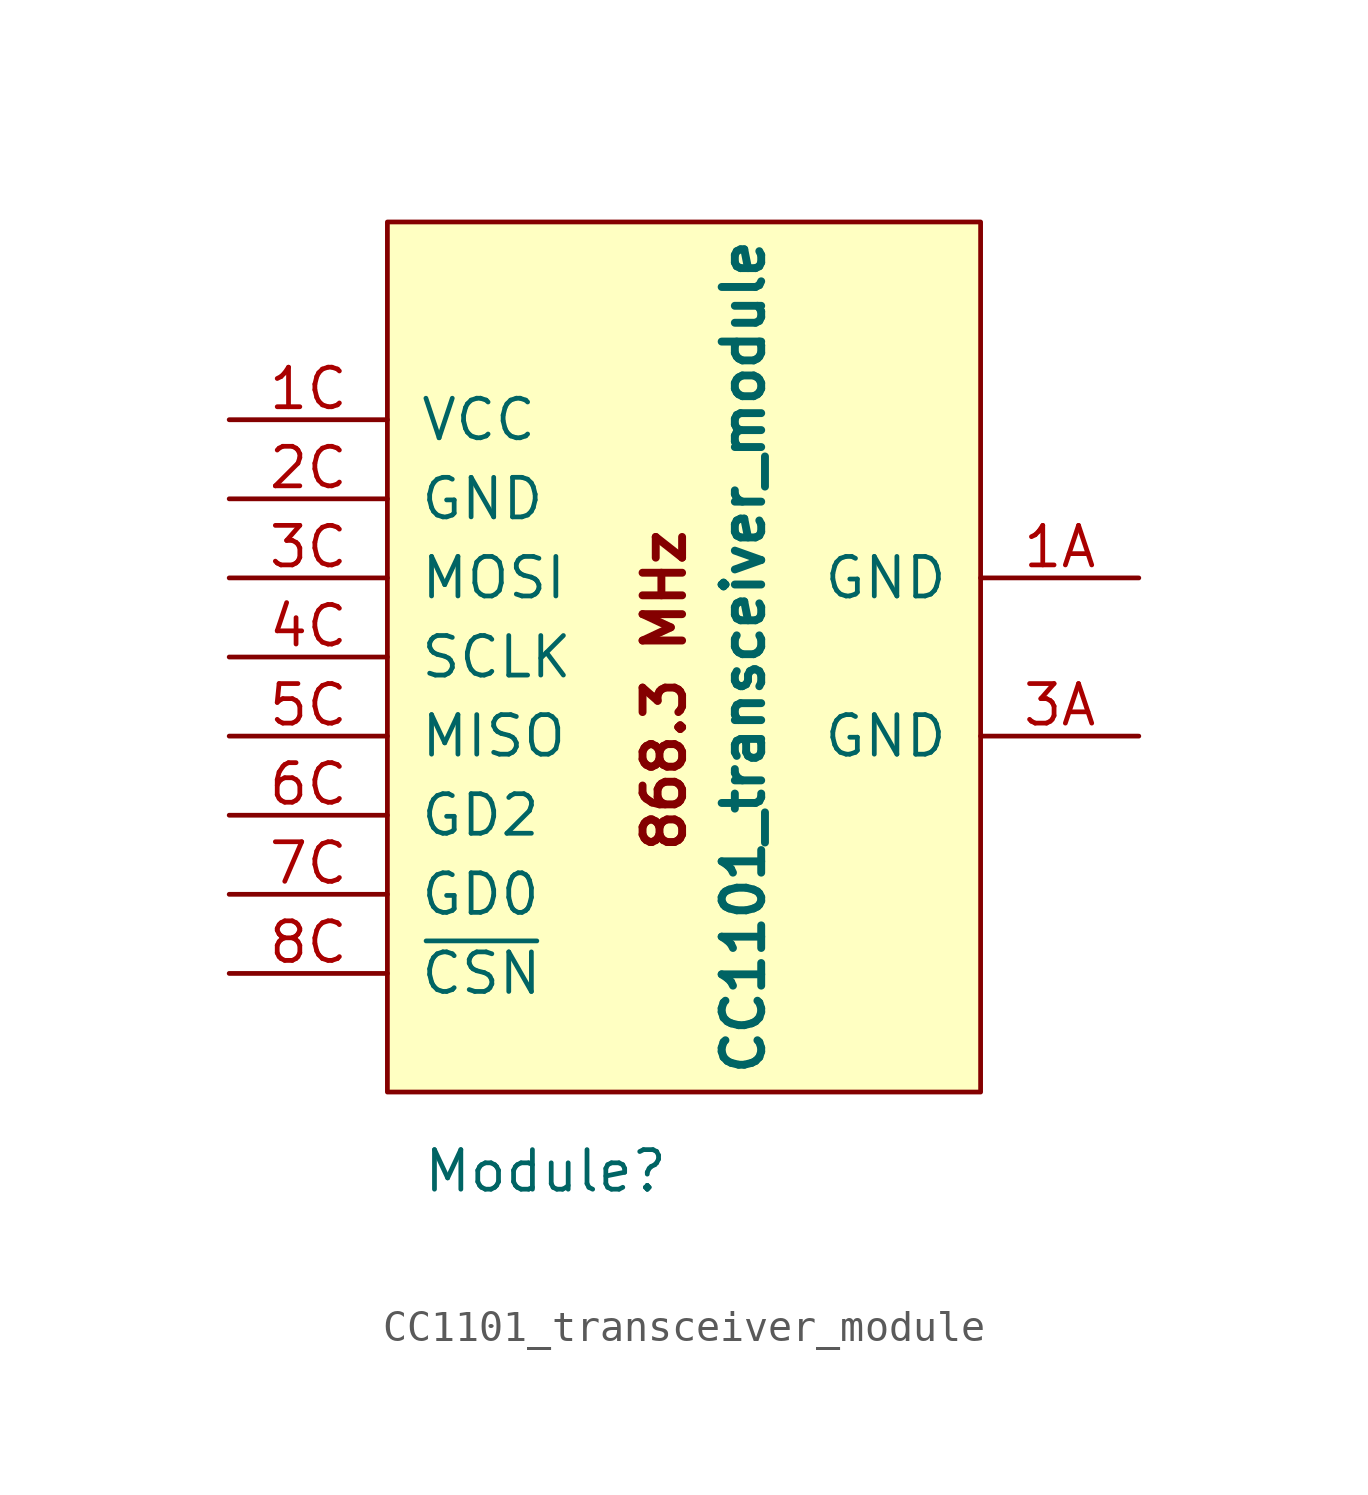
<source format=kicad_sym>
(kicad_symbol_lib
  (version 20211014)
  (generator kicad_symbol_editor)
  (symbol "CC1101_transceiver_module"
    (pin_names
      (offset 1.016))
    (property "Reference" "Module"
      (at 5.08 -2.54 0)
      (effects (font (size 1.27 1.27))))
    (property "Value" "CC1101_transceiver_module"
      (at 11.43 13.97 90)
      (effects (font (size 1.27 1.27) bold)))
    (symbol "CC1101_transceiver_module_0_0"
      (rectangle (start 0 0) (end 19.05 27.94) (stroke (width 0) (type default) (color 0 0 0 0)) (fill (type background)))
      (text "868.3 MHz" (at 8.89 7.62 900) (effects (font (size 1.27 1.27) bold) (justify left))))
    (symbol "CC1101_transceiver_module_1_1"
      (pin power_in line (at 24.13 16.51 180) (length 5.08) (name "GND" (effects (font (size 1.27 1.27)))) (number "1A" (effects (font (size 1.27 1.27)))))
      (pin power_in line (at -5.08 21.59 0) (length 5.08) (name "VCC" (effects (font (size 1.27 1.27)))) (number "1C" (effects (font (size 1.27 1.27)))))
      (pin no_connect line (at 24.13 13.97 180) (length 5.08) hide (name "ANT" (effects (font (size 1.27 1.27)))) (number "2A" (effects (font (size 1.27 1.27)))))
      (pin power_in line (at -5.08 19.05 0) (length 5.08) (name "GND" (effects (font (size 1.27 1.27)))) (number "2C" (effects (font (size 1.27 1.27)))))
      (pin power_in line (at 24.13 11.43 180) (length 5.08) (name "GND" (effects (font (size 1.27 1.27)))) (number "3A" (effects (font (size 1.27 1.27)))))
      (pin input line (at -5.08 16.51 0) (length 5.08) (name "MOSI" (effects (font (size 1.27 1.27)))) (number "3C" (effects (font (size 1.27 1.27)))))
      (pin input line (at -5.08 13.97 0) (length 5.08) (name "SCLK" (effects (font (size 1.27 1.27)))) (number "4C" (effects (font (size 1.27 1.27)))))
      (pin tri_state line (at -5.08 11.43 0) (length 5.08) (name "MISO" (effects (font (size 1.27 1.27)))) (number "5C" (effects (font (size 1.27 1.27)))))
      (pin output line (at -5.08 8.89 0) (length 5.08) (name "GD2" (effects (font (size 1.27 1.27)))) (number "6C" (effects (font (size 1.27 1.27)))))
      (pin output line (at -5.08 6.35 0) (length 5.08) (name "GD0" (effects (font (size 1.27 1.27)))) (number "7C" (effects (font (size 1.27 1.27)))))
      (pin input line (at -5.08 3.81 0) (length 5.08) (name "~{CSN}" (effects (font (size 1.27 1.27)))) (number "8C" (effects (font (size 1.27 1.27))))))))
</source>
